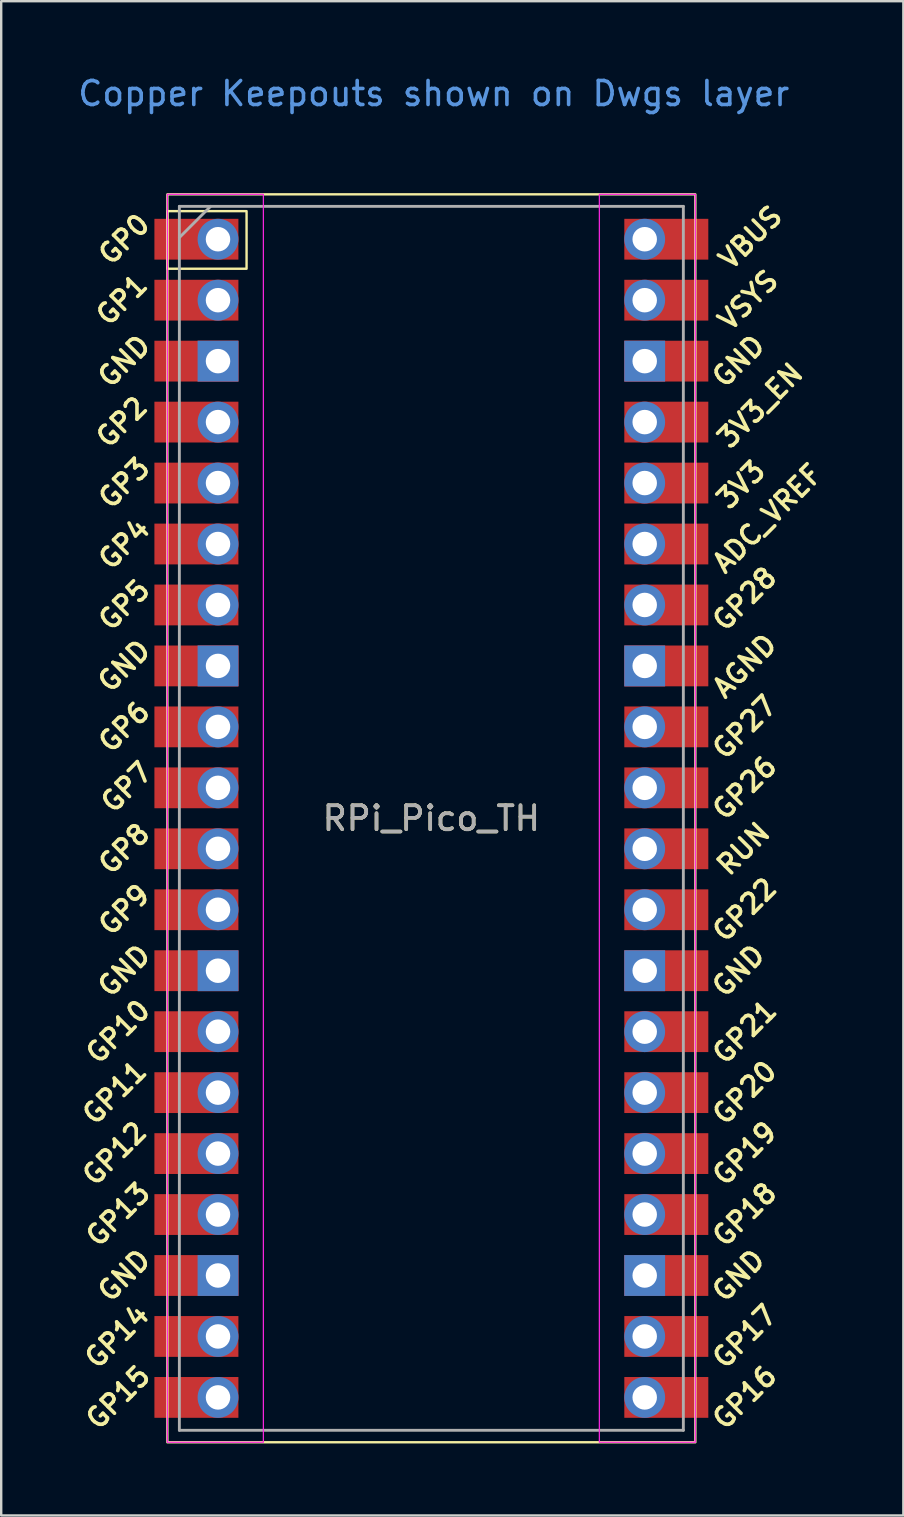
<source format=kicad_pcb>
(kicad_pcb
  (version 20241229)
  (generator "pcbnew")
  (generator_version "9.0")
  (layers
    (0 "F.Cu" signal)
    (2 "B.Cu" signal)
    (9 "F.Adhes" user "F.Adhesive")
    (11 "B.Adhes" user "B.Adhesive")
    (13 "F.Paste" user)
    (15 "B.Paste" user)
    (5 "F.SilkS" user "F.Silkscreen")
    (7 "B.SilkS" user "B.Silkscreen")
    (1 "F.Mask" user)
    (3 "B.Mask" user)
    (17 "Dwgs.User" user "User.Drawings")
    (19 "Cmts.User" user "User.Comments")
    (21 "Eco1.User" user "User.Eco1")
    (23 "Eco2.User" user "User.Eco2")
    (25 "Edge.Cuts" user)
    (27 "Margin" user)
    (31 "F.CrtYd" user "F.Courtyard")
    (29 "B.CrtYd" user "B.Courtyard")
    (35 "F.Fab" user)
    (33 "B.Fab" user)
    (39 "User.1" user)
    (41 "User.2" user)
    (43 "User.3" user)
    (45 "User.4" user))
  (footprint "RPi_Pico_TH"
    (layer "F.Cu")
    (at 14.924 31.048)
    (property "Reference" "RPi_Pico_TH" (at 0 0 0) (layer "F.SilkS") (effects (font (size 1 1) (thickness 0.15))))
    (attr through_hole)
    (fp_rect (start -11 -26) (end 11 26) (stroke (width 0.1) (type default)) (fill no) (layer "F.SilkS"))
    (fp_rect (start -11 -25.3) (end -7.7 -22.9) (stroke (width 0.1) (type default)) (fill no) (layer "F.SilkS"))
    (fp_rect (start -11 -26) (end -7 26) (stroke (width 0.05) (type default)) (fill no) (layer "F.CrtYd"))
    (fp_rect (start 7 -26) (end 11 26) (stroke (width 0.05) (type default)) (fill no) (layer "F.CrtYd"))
    (fp_line (start -10.5 -25.5) (end 10.5 -25.5) (stroke (width 0.12) (type solid)) (layer "F.Fab"))
    (fp_line (start -10.5 -24.2) (end -9.2 -25.5) (stroke (width 0.12) (type solid)) (layer "F.Fab"))
    (fp_line (start -10.5 25.5) (end -10.5 -25.5) (stroke (width 0.12) (type solid)) (layer "F.Fab"))
    (fp_line (start 10.5 -25.5) (end 10.5 25.5) (stroke (width 0.12) (type solid)) (layer "F.Fab"))
    (fp_line (start 10.5 25.5) (end -10.5 25.5) (stroke (width 0.12) (type solid)) (layer "F.Fab"))
    (fp_text user "GP3" (at -12.8 -13.97 45) (layer "F.SilkS") (effects (font (size 0.8 0.8) (thickness 0.15))))
    (fp_text user "GP20" (at 13.054 11.43 45) (layer "F.SilkS") (effects (font (size 0.8 0.8) (thickness 0.15))))
    (fp_text user "GP19" (at 13.054 13.97 45) (layer "F.SilkS") (effects (font (size 0.8 0.8) (thickness 0.15))))
    (fp_text user "GP7" (at -12.7 -1.3 45) (layer "F.SilkS") (effects (font (size 0.8 0.8) (thickness 0.15))))
    (fp_text user "GND" (at -12.8 -19.05 45) (layer "F.SilkS") (effects (font (size 0.8 0.8) (thickness 0.15))))
    (fp_text user "GP0" (at -12.8 -24.13 45) (layer "F.SilkS") (effects (font (size 0.8 0.8) (thickness 0.15))))
    (fp_text user "GP26" (at 13.054 -1.27 45) (layer "F.SilkS") (effects (font (size 0.8 0.8) (thickness 0.15))))
    (fp_text user "GP8" (at -12.8 1.27 45) (layer "F.SilkS") (effects (font (size 0.8 0.8) (thickness 0.15))))
    (fp_text user "GP21" (at 13.054 8.9 45) (layer "F.SilkS") (effects (font (size 0.8 0.8) (thickness 0.15))))
    (fp_text user "GP5" (at -12.8 -8.89 45) (layer "F.SilkS") (effects (font (size 0.8 0.8) (thickness 0.15))))
    (fp_text user "GP28" (at 13.054 -9.144 45) (layer "F.SilkS") (effects (font (size 0.8 0.8) (thickness 0.15))))
    (fp_text user "ADC_VREF" (at 14 -12.5 45) (layer "F.SilkS") (effects (font (size 0.8 0.8) (thickness 0.15))))
    (fp_text user "GND" (at 12.8 6.35 45) (layer "F.SilkS") (effects (font (size 0.8 0.8) (thickness 0.15))))
    (fp_text user "GP15" (at -13.054 24.13 45) (layer "F.SilkS") (effects (font (size 0.8 0.8) (thickness 0.15))))
    (fp_text user "GP11" (at -13.2 11.43 45) (layer "F.SilkS") (effects (font (size 0.8 0.8) (thickness 0.15))))
    (fp_text user "GP10" (at -13.054 8.89 45) (layer "F.SilkS") (effects (font (size 0.8 0.8) (thickness 0.15))))
    (fp_text user "GP2" (at -12.9 -16.51 45) (layer "F.SilkS") (effects (font (size 0.8 0.8) (thickness 0.15))))
    (fp_text user "GP4" (at -12.8 -11.43 45) (layer "F.SilkS") (effects (font (size 0.8 0.8) (thickness 0.15))))
    (fp_text user "GND" (at 12.8 19.05 45) (layer "F.SilkS") (effects (font (size 0.8 0.8) (thickness 0.15))))
    (fp_text user "GP9" (at -12.8 3.81 45) (layer "F.SilkS") (effects (font (size 0.8 0.8) (thickness 0.15))))
    (fp_text user "GP16" (at 13.054 24.13 45) (layer "F.SilkS") (effects (font (size 0.8 0.8) (thickness 0.15))))
    (fp_text user "GND" (at -12.8 19.05 45) (layer "F.SilkS") (effects (font (size 0.8 0.8) (thickness 0.15))))
    (fp_text user "VBUS" (at 13.3 -24.2 45) (layer "F.SilkS") (effects (font (size 0.8 0.8) (thickness 0.15))))
    (fp_text user "GP27" (at 13.054 -3.8 45) (layer "F.SilkS") (effects (font (size 0.8 0.8) (thickness 0.15))))
    (fp_text user "GND" (at -12.8 6.35 45) (layer "F.SilkS") (effects (font (size 0.8 0.8) (thickness 0.15))))
    (fp_text user "RUN" (at 13 1.27 45) (layer "F.SilkS") (effects (font (size 0.8 0.8) (thickness 0.15))))
    (fp_text user "GP6" (at -12.8 -3.81 45) (layer "F.SilkS") (effects (font (size 0.8 0.8) (thickness 0.15))))
    (fp_text user "GP22" (at 13.054 3.81 45) (layer "F.SilkS") (effects (font (size 0.8 0.8) (thickness 0.15))))
    (fp_text user "GP12" (at -13.2 13.97 45) (layer "F.SilkS") (effects (font (size 0.8 0.8) (thickness 0.15))))
    (fp_text user "GP13" (at -13.054 16.51 45) (layer "F.SilkS") (effects (font (size 0.8 0.8) (thickness 0.15))))
    (fp_text user "GP1" (at -12.9 -21.6 45) (layer "F.SilkS") (effects (font (size 0.8 0.8) (thickness 0.15))))
    (fp_text user "GND" (at 12.8 -19.05 45) (layer "F.SilkS") (effects (font (size 0.8 0.8) (thickness 0.15))))
    (fp_text user "VSYS" (at 13.2 -21.59 45) (layer "F.SilkS") (effects (font (size 0.8 0.8) (thickness 0.15))))
    (fp_text user "GP18" (at 13.054 16.51 45) (layer "F.SilkS") (effects (font (size 0.8 0.8) (thickness 0.15))))
    (fp_text user "GP17" (at 13.054 21.59 45) (layer "F.SilkS") (effects (font (size 0.8 0.8) (thickness 0.15))))
    (fp_text user "AGND" (at 13.054 -6.35 45) (layer "F.SilkS") (effects (font (size 0.8 0.8) (thickness 0.15))))
    (fp_text user "3V3_EN" (at 13.7 -17.2 45) (layer "F.SilkS") (effects (font (size 0.8 0.8) (thickness 0.15))))
    (fp_text user "3V3" (at 12.9 -13.9 45) (layer "F.SilkS") (effects (font (size 0.8 0.8) (thickness 0.15))))
    (fp_text user "GND" (at -12.8 -6.35 45) (layer "F.SilkS") (effects (font (size 0.8 0.8) (thickness 0.15))))
    (fp_text user "GP14" (at -13.1 21.59 45) (layer "F.SilkS") (effects (font (size 0.8 0.8) (thickness 0.15))))
    (fp_text user "Copper Keepouts shown on Dwgs layer" (at 0.1 -30.2 0) (layer "Cmts.User") (effects (font (size 1 1) (thickness 0.15))))
    (fp_text user "${REFERENCE}" (at 0 0 180) (layer "F.Fab") (effects (font (size 1 1) (thickness 0.15))))
    (pad "1" thru_hole oval (at -8.89 -24.13) (size 1.7 1.7) (drill 1.02) (layers "*.Cu" "*.Mask"))
    (pad "1" smd rect (at -8.89 -24.13) (size 3.5 1.7) (drill (offset -0.9 0)) (layers "F.Cu" "F.Mask"))
    (pad "2" thru_hole oval (at -8.89 -21.59) (size 1.7 1.7) (drill 1.02) (layers "*.Cu" "*.Mask"))
    (pad "2" smd rect (at -8.89 -21.59) (size 3.5 1.7) (drill (offset -0.9 0)) (layers "F.Cu" "F.Mask"))
    (pad "3" thru_hole rect (at -8.89 -19.05) (size 1.7 1.7) (drill 1.02) (layers "*.Cu" "*.Mask"))
    (pad "3" smd rect (at -8.89 -19.05) (size 3.5 1.7) (drill (offset -0.9 0)) (layers "F.Cu" "F.Mask"))
    (pad "4" thru_hole oval (at -8.89 -16.51) (size 1.7 1.7) (drill 1.02) (layers "*.Cu" "*.Mask"))
    (pad "4" smd rect (at -8.89 -16.51) (size 3.5 1.7) (drill (offset -0.9 0)) (layers "F.Cu" "F.Mask"))
    (pad "5" thru_hole oval (at -8.89 -13.97) (size 1.7 1.7) (drill 1.02) (layers "*.Cu" "*.Mask"))
    (pad "5" smd rect (at -8.89 -13.97) (size 3.5 1.7) (drill (offset -0.9 0)) (layers "F.Cu" "F.Mask"))
    (pad "6" thru_hole oval (at -8.89 -11.43) (size 1.7 1.7) (drill 1.02) (layers "*.Cu" "*.Mask"))
    (pad "6" smd rect (at -8.89 -11.43) (size 3.5 1.7) (drill (offset -0.9 0)) (layers "F.Cu" "F.Mask"))
    (pad "7" thru_hole oval (at -8.89 -8.89) (size 1.7 1.7) (drill 1.02) (layers "*.Cu" "*.Mask"))
    (pad "7" smd rect (at -8.89 -8.89) (size 3.5 1.7) (drill (offset -0.9 0)) (layers "F.Cu" "F.Mask"))
    (pad "8" thru_hole rect (at -8.89 -6.35) (size 1.7 1.7) (drill 1.02) (layers "*.Cu" "*.Mask"))
    (pad "8" smd rect (at -8.89 -6.35) (size 3.5 1.7) (drill (offset -0.9 0)) (layers "F.Cu" "F.Mask"))
    (pad "9" thru_hole oval (at -8.89 -3.81) (size 1.7 1.7) (drill 1.02) (layers "*.Cu" "*.Mask"))
    (pad "9" smd rect (at -8.89 -3.81) (size 3.5 1.7) (drill (offset -0.9 0)) (layers "F.Cu" "F.Mask"))
    (pad "10" thru_hole oval (at -8.89 -1.27) (size 1.7 1.7) (drill 1.02) (layers "*.Cu" "*.Mask"))
    (pad "10" smd rect (at -8.89 -1.27) (size 3.5 1.7) (drill (offset -0.9 0)) (layers "F.Cu" "F.Mask"))
    (pad "11" thru_hole oval (at -8.89 1.27) (size 1.7 1.7) (drill 1.02) (layers "*.Cu" "*.Mask"))
    (pad "11" smd rect (at -8.89 1.27) (size 3.5 1.7) (drill (offset -0.9 0)) (layers "F.Cu" "F.Mask"))
    (pad "12" thru_hole oval (at -8.89 3.81) (size 1.7 1.7) (drill 1.02) (layers "*.Cu" "*.Mask"))
    (pad "12" smd rect (at -8.89 3.81) (size 3.5 1.7) (drill (offset -0.9 0)) (layers "F.Cu" "F.Mask"))
    (pad "13" thru_hole rect (at -8.89 6.35) (size 1.7 1.7) (drill 1.02) (layers "*.Cu" "*.Mask"))
    (pad "13" smd rect (at -8.89 6.35) (size 3.5 1.7) (drill (offset -0.9 0)) (layers "F.Cu" "F.Mask"))
    (pad "14" thru_hole oval (at -8.89 8.89) (size 1.7 1.7) (drill 1.02) (layers "*.Cu" "*.Mask"))
    (pad "14" smd rect (at -8.89 8.89) (size 3.5 1.7) (drill (offset -0.9 0)) (layers "F.Cu" "F.Mask"))
    (pad "15" thru_hole oval (at -8.89 11.43) (size 1.7 1.7) (drill 1.02) (layers "*.Cu" "*.Mask"))
    (pad "15" smd rect (at -8.89 11.43) (size 3.5 1.7) (drill (offset -0.9 0)) (layers "F.Cu" "F.Mask"))
    (pad "16" thru_hole oval (at -8.89 13.97) (size 1.7 1.7) (drill 1.02) (layers "*.Cu" "*.Mask"))
    (pad "16" smd rect (at -8.89 13.97) (size 3.5 1.7) (drill (offset -0.9 0)) (layers "F.Cu" "F.Mask"))
    (pad "17" thru_hole oval (at -8.89 16.51) (size 1.7 1.7) (drill 1.02) (layers "*.Cu" "*.Mask"))
    (pad "17" smd rect (at -8.89 16.51) (size 3.5 1.7) (drill (offset -0.9 0)) (layers "F.Cu" "F.Mask"))
    (pad "18" thru_hole rect (at -8.89 19.05) (size 1.7 1.7) (drill 1.02) (layers "*.Cu" "*.Mask"))
    (pad "18" smd rect (at -8.89 19.05) (size 3.5 1.7) (drill (offset -0.9 0)) (layers "F.Cu" "F.Mask"))
    (pad "19" thru_hole oval (at -8.89 21.59) (size 1.7 1.7) (drill 1.02) (layers "*.Cu" "*.Mask"))
    (pad "19" smd rect (at -8.89 21.59) (size 3.5 1.7) (drill (offset -0.9 0)) (layers "F.Cu" "F.Mask"))
    (pad "20" thru_hole oval (at -8.89 24.13) (size 1.7 1.7) (drill 1.02) (layers "*.Cu" "*.Mask"))
    (pad "20" smd rect (at -8.89 24.13) (size 3.5 1.7) (drill (offset -0.9 0)) (layers "F.Cu" "F.Mask"))
    (pad "21" thru_hole oval (at 8.89 24.13) (size 1.7 1.7) (drill 1.02) (layers "*.Cu" "*.Mask"))
    (pad "21" smd rect (at 8.89 24.13) (size 3.5 1.7) (drill (offset 0.9 0)) (layers "F.Cu" "F.Mask"))
    (pad "22" thru_hole oval (at 8.89 21.59) (size 1.7 1.7) (drill 1.02) (layers "*.Cu" "*.Mask"))
    (pad "22" smd rect (at 8.89 21.59) (size 3.5 1.7) (drill (offset 0.9 0)) (layers "F.Cu" "F.Mask"))
    (pad "23" thru_hole rect (at 8.89 19.05) (size 1.7 1.7) (drill 1.02) (layers "*.Cu" "*.Mask"))
    (pad "23" smd rect (at 8.89 19.05) (size 3.5 1.7) (drill (offset 0.9 0)) (layers "F.Cu" "F.Mask"))
    (pad "24" thru_hole oval (at 8.89 16.51) (size 1.7 1.7) (drill 1.02) (layers "*.Cu" "*.Mask"))
    (pad "24" smd rect (at 8.89 16.51) (size 3.5 1.7) (drill (offset 0.9 0)) (layers "F.Cu" "F.Mask"))
    (pad "25" thru_hole oval (at 8.89 13.97) (size 1.7 1.7) (drill 1.02) (layers "*.Cu" "*.Mask"))
    (pad "25" smd rect (at 8.89 13.97) (size 3.5 1.7) (drill (offset 0.9 0)) (layers "F.Cu" "F.Mask"))
    (pad "26" thru_hole oval (at 8.89 11.43) (size 1.7 1.7) (drill 1.02) (layers "*.Cu" "*.Mask"))
    (pad "26" smd rect (at 8.89 11.43) (size 3.5 1.7) (drill (offset 0.9 0)) (layers "F.Cu" "F.Mask"))
    (pad "27" thru_hole oval (at 8.89 8.89) (size 1.7 1.7) (drill 1.02) (layers "*.Cu" "*.Mask"))
    (pad "27" smd rect (at 8.89 8.89) (size 3.5 1.7) (drill (offset 0.9 0)) (layers "F.Cu" "F.Mask"))
    (pad "28" thru_hole rect (at 8.89 6.35) (size 1.7 1.7) (drill 1.02) (layers "*.Cu" "*.Mask"))
    (pad "28" smd rect (at 8.89 6.35) (size 3.5 1.7) (drill (offset 0.9 0)) (layers "F.Cu" "F.Mask"))
    (pad "29" thru_hole oval (at 8.89 3.81) (size 1.7 1.7) (drill 1.02) (layers "*.Cu" "*.Mask"))
    (pad "29" smd rect (at 8.89 3.81) (size 3.5 1.7) (drill (offset 0.9 0)) (layers "F.Cu" "F.Mask"))
    (pad "30" thru_hole oval (at 8.89 1.27) (size 1.7 1.7) (drill 1.02) (layers "*.Cu" "*.Mask"))
    (pad "30" smd rect (at 8.89 1.27) (size 3.5 1.7) (drill (offset 0.9 0)) (layers "F.Cu" "F.Mask"))
    (pad "31" thru_hole oval (at 8.89 -1.27) (size 1.7 1.7) (drill 1.02) (layers "*.Cu" "*.Mask"))
    (pad "31" smd rect (at 8.89 -1.27) (size 3.5 1.7) (drill (offset 0.9 0)) (layers "F.Cu" "F.Mask"))
    (pad "32" thru_hole oval (at 8.89 -3.81) (size 1.7 1.7) (drill 1.02) (layers "*.Cu" "*.Mask"))
    (pad "32" smd rect (at 8.89 -3.81) (size 3.5 1.7) (drill (offset 0.9 0)) (layers "F.Cu" "F.Mask"))
    (pad "33" thru_hole rect (at 8.89 -6.35) (size 1.7 1.7) (drill 1.02) (layers "*.Cu" "*.Mask"))
    (pad "33" smd rect (at 8.89 -6.35) (size 3.5 1.7) (drill (offset 0.9 0)) (layers "F.Cu" "F.Mask"))
    (pad "34" thru_hole oval (at 8.89 -8.89) (size 1.7 1.7) (drill 1.02) (layers "*.Cu" "*.Mask"))
    (pad "34" smd rect (at 8.89 -8.89) (size 3.5 1.7) (drill (offset 0.9 0)) (layers "F.Cu" "F.Mask"))
    (pad "35" thru_hole oval (at 8.89 -11.43) (size 1.7 1.7) (drill 1.02) (layers "*.Cu" "*.Mask"))
    (pad "35" smd rect (at 8.89 -11.43) (size 3.5 1.7) (drill (offset 0.9 0)) (layers "F.Cu" "F.Mask"))
    (pad "36" thru_hole oval (at 8.89 -13.97) (size 1.7 1.7) (drill 1.02) (layers "*.Cu" "*.Mask"))
    (pad "36" smd rect (at 8.89 -13.97) (size 3.5 1.7) (drill (offset 0.9 0)) (layers "F.Cu" "F.Mask"))
    (pad "37" thru_hole oval (at 8.89 -16.51) (size 1.7 1.7) (drill 1.02) (layers "*.Cu" "*.Mask"))
    (pad "37" smd rect (at 8.89 -16.51) (size 3.5 1.7) (drill (offset 0.9 0)) (layers "F.Cu" "F.Mask"))
    (pad "38" thru_hole rect (at 8.89 -19.05) (size 1.7 1.7) (drill 1.02) (layers "*.Cu" "*.Mask"))
    (pad "38" smd rect (at 8.89 -19.05) (size 3.5 1.7) (drill (offset 0.9 0)) (layers "F.Cu" "F.Mask"))
    (pad "39" thru_hole oval (at 8.89 -21.59) (size 1.7 1.7) (drill 1.02) (layers "*.Cu" "*.Mask"))
    (pad "39" smd rect (at 8.89 -21.59) (size 3.5 1.7) (drill (offset 0.9 0)) (layers "F.Cu" "F.Mask"))
    (pad "40" thru_hole oval (at 8.89 -24.13) (size 1.7 1.7) (drill 1.02) (layers "*.Cu" "*.Mask"))
    (pad "40" smd rect (at 8.89 -24.13) (size 3.5 1.7) (drill (offset 0.9 0)) (layers "F.Cu" "F.Mask")))
  (gr_rect
    (start -3 -3)
    (end 34.591 60.098)
    (stroke (width 0.1) (type default))
    (fill no)
    (layer "Edge.Cuts")))
</source>
